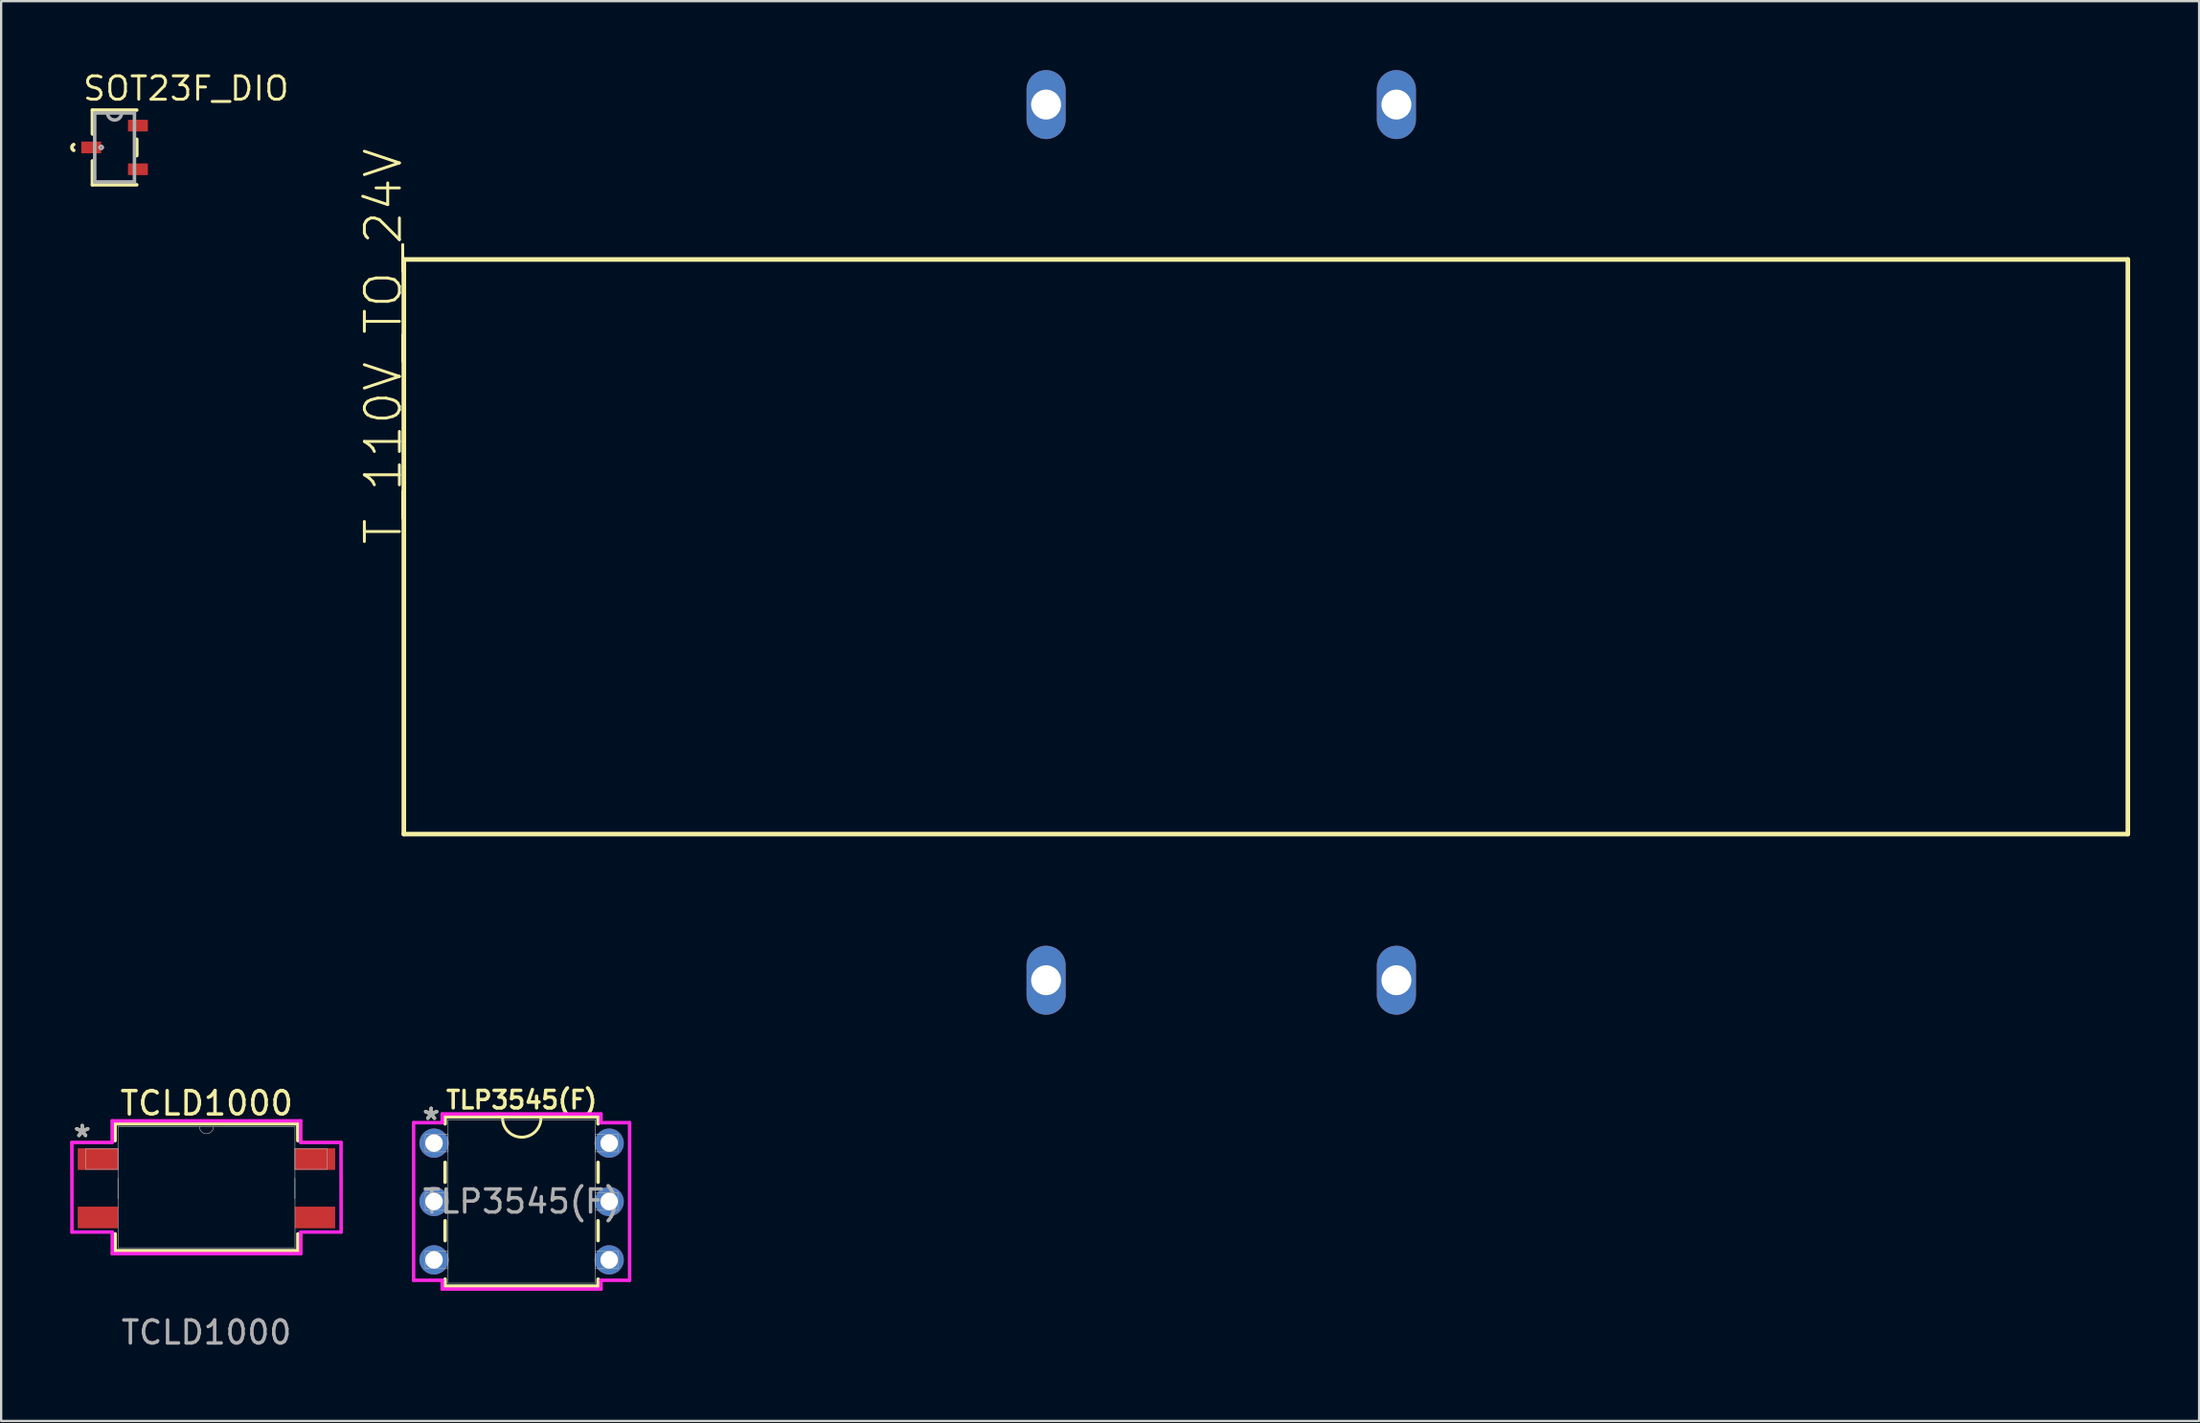
<source format=kicad_pcb>
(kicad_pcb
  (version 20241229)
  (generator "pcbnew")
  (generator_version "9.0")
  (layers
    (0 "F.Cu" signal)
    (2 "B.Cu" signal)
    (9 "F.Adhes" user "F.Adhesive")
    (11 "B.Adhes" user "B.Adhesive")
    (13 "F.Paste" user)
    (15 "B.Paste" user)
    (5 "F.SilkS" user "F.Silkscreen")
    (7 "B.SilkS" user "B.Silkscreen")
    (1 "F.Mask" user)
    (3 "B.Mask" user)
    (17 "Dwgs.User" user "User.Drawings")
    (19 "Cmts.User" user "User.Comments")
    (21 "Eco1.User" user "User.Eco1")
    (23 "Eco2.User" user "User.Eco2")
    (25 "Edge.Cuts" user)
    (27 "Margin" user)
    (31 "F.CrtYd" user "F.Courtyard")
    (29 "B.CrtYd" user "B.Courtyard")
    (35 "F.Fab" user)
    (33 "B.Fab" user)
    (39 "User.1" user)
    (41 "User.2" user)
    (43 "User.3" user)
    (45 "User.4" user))
  (footprint "SOT23F_DIO"
    (layer "F.Cu")
    (at 1.935 3.365)
    (property "Reference" "SOT23F_DIO" (at -1.451 -1.968 0) (layer "F.SilkS") (effects (font (size 1.016 1.016) (thickness 0.127)) (justify left bottom)))
    (attr smd)
    (fp_line (start -0.965 -1.626) (end -0.965 -0.584) (stroke (width 0.152) (type solid)) (layer "F.SilkS"))
    (fp_line (start -0.965 0.584) (end -0.965 1.626) (stroke (width 0.152) (type solid)) (layer "F.SilkS"))
    (fp_line (start -0.965 1.626) (end 0.965 1.626) (stroke (width 0.152) (type solid)) (layer "F.SilkS"))
    (fp_line (start 0.965 -1.626) (end -0.965 -1.626) (stroke (width 0.152) (type solid)) (layer "F.SilkS"))
    (fp_line (start 0.965 0.356) (end 0.965 -0.356) (stroke (width 0.152) (type solid)) (layer "F.SilkS"))
    (fp_arc (start -1.778 0.127) (mid -1.858907 -0.000001) (end -1.777998 -0.127001) (stroke (width 0.1524) (type solid)) (layer "F.SilkS"))
    (fp_line (start -0.864 -1.499) (end -0.864 1.499) (stroke (width 0.152) (type solid)) (layer "F.Fab"))
    (fp_line (start -0.864 1.499) (end 0.864 1.499) (stroke (width 0.152) (type solid)) (layer "F.Fab"))
    (fp_line (start -0.305 -1.499) (end -0.864 -1.499) (stroke (width 0.152) (type solid)) (layer "F.Fab"))
    (fp_line (start 0.305 -1.499) (end -0.305 -1.499) (stroke (width 0.152) (type solid)) (layer "F.Fab"))
    (fp_line (start 0.864 -1.499) (end 0.305 -1.499) (stroke (width 0.152) (type solid)) (layer "F.Fab"))
    (fp_line (start 0.864 1.499) (end 0.864 -1.499) (stroke (width 0.152) (type solid)) (layer "F.Fab"))
    (fp_arc (start -0.6604 0) (mid -0.5842 -0.0762) (end -0.508 0) (stroke (width 0.1) (type solid)) (layer "F.Fab"))
    (fp_arc (start -0.508 0) (mid -0.5842 0.0762) (end -0.6604 0) (stroke (width 0.1) (type solid)) (layer "F.Fab"))
    (fp_arc (start 0.3048 -1.4986) (mid 0 -1.1938) (end -0.3048 -1.4986) (stroke (width 0.1524) (type solid)) (layer "F.Fab"))
    (pad "1" smd rect (at -1.016 0 180) (size 0.864 0.508) (layers "F.Cu" "F.Mask" "F.Paste"))
    (pad "2" smd rect (at 1.016 0.95 180) (size 0.864 0.508) (layers "F.Cu" "F.Mask" "F.Paste"))
    (pad "3" smd rect (at 1.016 -0.95 180) (size 0.864 0.508) (layers "F.Cu" "F.Mask" "F.Paste")))
  (footprint "T_110V_TO_24V"
    (layer "F.Cu")
    (at 14.518 16.74)
    (property "Reference" "T_110V_TO_24V" (at 0 4 90) (layer "F.SilkS") (effects (font (size 1.524 1.524) (thickness 0.127)) (justify left bottom)))
    (attr through_hole)
    (fp_line (start 0 -8.5) (end 0 16.5) (stroke (width 0.2) (type default)) (layer "F.SilkS"))
    (fp_line (start 0 16.5) (end 75 16.5) (stroke (width 0.2) (type default)) (layer "F.SilkS"))
    (fp_line (start 75 -8.5) (end 0 -8.5) (stroke (width 0.2) (type default)) (layer "F.SilkS"))
    (fp_line (start 75 16.5) (end 75 -8.5) (stroke (width 0.2) (type default)) (layer "F.SilkS"))
    (pad "1" thru_hole oval (at 27.94 22.86 90) (size 3 1.7) (drill 1.3) (layers "*.Cu" "*.Mask"))
    (pad "2" thru_hole oval (at 43.18 22.86 90) (size 3 1.7) (drill 1.3) (layers "*.Cu" "*.Mask"))
    (pad "3" thru_hole oval (at 27.94 -15.24 90) (size 3 1.7) (drill 1.3) (layers "*.Cu" "*.Mask"))
    (pad "4" thru_hole oval (at 43.18 -15.24 90) (size 3 1.7) (drill 1.3) (layers "*.Cu" "*.Mask")))
  (footprint "TLP3545(F)"
    (layer "F.Cu")
    (at 15.831 46.688)
    (property "Reference" "TLP3545(F)" (at 3.81 -1.879 0) (unlocked yes) (layer "F.SilkS") (effects (font (size 0.762 0.762) (thickness 0.15))))
    (attr through_hole)
    (fp_line (start 0.483 -1.143) (end 0.483 -0.839) (stroke (width 0.152) (type solid)) (layer "F.SilkS"))
    (fp_line (start 0.483 0.839) (end 0.483 1.701) (stroke (width 0.152) (type solid)) (layer "F.SilkS"))
    (fp_line (start 0.483 3.379) (end 0.483 4.241) (stroke (width 0.152) (type solid)) (layer "F.SilkS"))
    (fp_line (start 0.483 5.919) (end 0.483 6.223) (stroke (width 0.152) (type solid)) (layer "F.SilkS"))
    (fp_line (start 0.483 6.223) (end 7.137 6.223) (stroke (width 0.152) (type solid)) (layer "F.SilkS"))
    (fp_line (start 7.137 -1.143) (end 0.483 -1.143) (stroke (width 0.152) (type solid)) (layer "F.SilkS"))
    (fp_line (start 7.137 -0.839) (end 7.137 -1.143) (stroke (width 0.152) (type solid)) (layer "F.SilkS"))
    (fp_line (start 7.137 1.701) (end 7.137 0.839) (stroke (width 0.152) (type solid)) (layer "F.SilkS"))
    (fp_line (start 7.137 4.241) (end 7.137 3.379) (stroke (width 0.152) (type solid)) (layer "F.SilkS"))
    (fp_line (start 7.137 6.223) (end 7.137 5.919) (stroke (width 0.152) (type solid)) (layer "F.SilkS"))
    (fp_arc (start 4.651637 -1.102468) (mid 3.826262 -0.249142) (end 2.982149 -1.083937) (stroke (width 0.127) (type solid)) (layer "F.SilkS"))
    (fp_line (start -0.889 -0.889) (end 0.356 -0.889) (stroke (width 0.152) (type solid)) (layer "F.CrtYd"))
    (fp_line (start -0.889 5.969) (end -0.889 -0.889) (stroke (width 0.152) (type solid)) (layer "F.CrtYd"))
    (fp_line (start 0.356 -1.27) (end 7.264 -1.27) (stroke (width 0.152) (type solid)) (layer "F.CrtYd"))
    (fp_line (start 0.356 -0.889) (end 0.356 -1.27) (stroke (width 0.152) (type solid)) (layer "F.CrtYd"))
    (fp_line (start 0.356 5.969) (end -0.889 5.969) (stroke (width 0.152) (type solid)) (layer "F.CrtYd"))
    (fp_line (start 0.356 6.35) (end 0.356 5.969) (stroke (width 0.152) (type solid)) (layer "F.CrtYd"))
    (fp_line (start 7.264 -1.27) (end 7.264 -0.889) (stroke (width 0.152) (type solid)) (layer "F.CrtYd"))
    (fp_line (start 7.264 5.969) (end 7.264 6.35) (stroke (width 0.152) (type solid)) (layer "F.CrtYd"))
    (fp_line (start 7.264 6.35) (end 0.356 6.35) (stroke (width 0.152) (type solid)) (layer "F.CrtYd"))
    (fp_line (start 8.509 -0.889) (end 7.264 -0.889) (stroke (width 0.152) (type solid)) (layer "F.CrtYd"))
    (fp_line (start 8.509 -0.889) (end 8.509 5.969) (stroke (width 0.152) (type solid)) (layer "F.CrtYd"))
    (fp_line (start 8.509 5.969) (end 7.264 5.969) (stroke (width 0.152) (type solid)) (layer "F.CrtYd"))
    (fp_line (start -0.381 -0.381) (end -0.381 0.381) (stroke (width 0.025) (type solid)) (layer "F.Fab"))
    (fp_line (start -0.381 0.381) (end 0.61 0.381) (stroke (width 0.025) (type solid)) (layer "F.Fab"))
    (fp_line (start -0.381 2.159) (end -0.381 2.921) (stroke (width 0.025) (type solid)) (layer "F.Fab"))
    (fp_line (start -0.381 2.921) (end 0.61 2.921) (stroke (width 0.025) (type solid)) (layer "F.Fab"))
    (fp_line (start -0.381 4.699) (end -0.381 5.461) (stroke (width 0.025) (type solid)) (layer "F.Fab"))
    (fp_line (start -0.381 5.461) (end 0.61 5.461) (stroke (width 0.025) (type solid)) (layer "F.Fab"))
    (fp_line (start 0.61 -1.016) (end 0.61 6.096) (stroke (width 0.025) (type solid)) (layer "F.Fab"))
    (fp_line (start 0.61 -0.381) (end -0.381 -0.381) (stroke (width 0.025) (type solid)) (layer "F.Fab"))
    (fp_line (start 0.61 0.381) (end 0.61 -0.381) (stroke (width 0.025) (type solid)) (layer "F.Fab"))
    (fp_line (start 0.61 2.159) (end -0.381 2.159) (stroke (width 0.025) (type solid)) (layer "F.Fab"))
    (fp_line (start 0.61 2.921) (end 0.61 2.159) (stroke (width 0.025) (type solid)) (layer "F.Fab"))
    (fp_line (start 0.61 4.699) (end -0.381 4.699) (stroke (width 0.025) (type solid)) (layer "F.Fab"))
    (fp_line (start 0.61 5.461) (end 0.61 4.699) (stroke (width 0.025) (type solid)) (layer "F.Fab"))
    (fp_line (start 0.61 6.096) (end 7.01 6.096) (stroke (width 0.025) (type solid)) (layer "F.Fab"))
    (fp_line (start 7.01 -1.016) (end 0.61 -1.016) (stroke (width 0.025) (type solid)) (layer "F.Fab"))
    (fp_line (start 7.01 -0.381) (end 7.01 0.381) (stroke (width 0.025) (type solid)) (layer "F.Fab"))
    (fp_line (start 7.01 0.381) (end 8.001 0.381) (stroke (width 0.025) (type solid)) (layer "F.Fab"))
    (fp_line (start 7.01 2.159) (end 7.01 2.921) (stroke (width 0.025) (type solid)) (layer "F.Fab"))
    (fp_line (start 7.01 2.921) (end 8.001 2.921) (stroke (width 0.025) (type solid)) (layer "F.Fab"))
    (fp_line (start 7.01 4.699) (end 7.01 5.461) (stroke (width 0.025) (type solid)) (layer "F.Fab"))
    (fp_line (start 7.01 5.461) (end 8.001 5.461) (stroke (width 0.025) (type solid)) (layer "F.Fab"))
    (fp_line (start 7.01 6.096) (end 7.01 -1.016) (stroke (width 0.025) (type solid)) (layer "F.Fab"))
    (fp_line (start 8.001 -0.381) (end 7.01 -0.381) (stroke (width 0.025) (type solid)) (layer "F.Fab"))
    (fp_line (start 8.001 0.381) (end 8.001 -0.381) (stroke (width 0.025) (type solid)) (layer "F.Fab"))
    (fp_line (start 8.001 2.159) (end 7.01 2.159) (stroke (width 0.025) (type solid)) (layer "F.Fab"))
    (fp_line (start 8.001 2.921) (end 8.001 2.159) (stroke (width 0.025) (type solid)) (layer "F.Fab"))
    (fp_line (start 8.001 4.699) (end 7.01 4.699) (stroke (width 0.025) (type solid)) (layer "F.Fab"))
    (fp_line (start 8.001 5.461) (end 8.001 4.699) (stroke (width 0.025) (type solid)) (layer "F.Fab"))
    (fp_text user "*" (at -0.125 -0.968 0) (layer "F.SilkS") (effects (font (size 1 1) (thickness 0.15))))
    (fp_text user "*" (at -0.125 -0.968 0) (layer "F.Fab") (effects (font (size 1 1) (thickness 0.15))))
    (fp_text user "${REFERENCE}" (at 3.81 2.54 0) (unlocked yes) (layer "F.Fab") (effects (font (size 1 1) (thickness 0.15))))
    (pad "1" thru_hole circle (at 0 0) (size 1.27 1.27) (drill 0.762) (layers "*.Cu" "*.Mask"))
    (pad "2" thru_hole circle (at 0 2.54) (size 1.27 1.27) (drill 0.762) (layers "*.Cu" "*.Mask"))
    (pad "3" thru_hole circle (at 0 5.08) (size 1.27 1.27) (drill 0.762) (layers "*.Cu" "*.Mask"))
    (pad "4" thru_hole circle (at 7.62 5.08) (size 1.27 1.27) (drill 0.762) (layers "*.Cu" "*.Mask"))
    (pad "5" thru_hole circle (at 7.62 2.54) (size 1.27 1.27) (drill 0.762) (layers "*.Cu" "*.Mask"))
    (pad "6" thru_hole circle (at 7.62 0) (size 1.27 1.27) (drill 0.762) (layers "*.Cu" "*.Mask")))
  (footprint "TCLD1000"
    (layer "F.Cu")
    (at 5.931 48.018)
    (property "Reference" "TCLD1000" (at 0.009 -3.061 0) (unlocked yes) (layer "F.SilkS") (effects (font (size 1.016 1.016) (thickness 0.15))))
    (attr smd)
    (fp_line (start -3.975 -2.172) (end -3.975 -1.438) (stroke (width 0.152) (type solid)) (layer "F.SilkS"))
    (fp_line (start -3.971 2.619) (end -3.971 3.353) (stroke (width 0.152) (type solid)) (layer "F.SilkS"))
    (fp_line (start -3.971 3.353) (end 3.979 3.353) (stroke (width 0.152) (type solid)) (layer "F.SilkS"))
    (fp_line (start 3.975 -2.172) (end -3.975 -2.172) (stroke (width 0.152) (type solid)) (layer "F.SilkS"))
    (fp_line (start 3.975 -1.438) (end 3.975 -2.172) (stroke (width 0.152) (type solid)) (layer "F.SilkS"))
    (fp_line (start 3.979 3.353) (end 3.979 2.619) (stroke (width 0.152) (type solid)) (layer "F.SilkS"))
    (fp_line (start -5.855 -1.359) (end -4.102 -1.359) (stroke (width 0.152) (type solid)) (layer "F.CrtYd"))
    (fp_line (start -5.851 2.54) (end -5.855 -1.359) (stroke (width 0.152) (type solid)) (layer "F.CrtYd"))
    (fp_line (start -5.851 2.54) (end -4.098 2.54) (stroke (width 0.152) (type solid)) (layer "F.CrtYd"))
    (fp_line (start -4.102 -2.299) (end 4.102 -2.299) (stroke (width 0.152) (type solid)) (layer "F.CrtYd"))
    (fp_line (start -4.102 -1.359) (end -4.102 -2.299) (stroke (width 0.152) (type solid)) (layer "F.CrtYd"))
    (fp_line (start -4.098 3.48) (end -4.098 2.54) (stroke (width 0.152) (type solid)) (layer "F.CrtYd"))
    (fp_line (start 4.102 -2.299) (end 4.102 -1.359) (stroke (width 0.152) (type solid)) (layer "F.CrtYd"))
    (fp_line (start 4.106 2.54) (end 4.106 3.48) (stroke (width 0.152) (type solid)) (layer "F.CrtYd"))
    (fp_line (start 4.106 3.48) (end -4.098 3.48) (stroke (width 0.152) (type solid)) (layer "F.CrtYd"))
    (fp_line (start 5.855 -1.359) (end 4.102 -1.359) (stroke (width 0.152) (type solid)) (layer "F.CrtYd"))
    (fp_line (start 5.855 -1.359) (end 5.859 2.54) (stroke (width 0.152) (type solid)) (layer "F.CrtYd"))
    (fp_line (start 5.859 2.54) (end 4.106 2.54) (stroke (width 0.152) (type solid)) (layer "F.CrtYd"))
    (fp_line (start -5.245 -1.079) (end -5.245 -0.191) (stroke (width 0.025) (type solid)) (layer "F.Fab"))
    (fp_line (start -5.245 -0.191) (end -3.848 -0.191) (stroke (width 0.025) (type solid)) (layer "F.Fab"))
    (fp_line (start -3.848 -2.045) (end -3.844 3.226) (stroke (width 0.025) (type solid)) (layer "F.Fab"))
    (fp_line (start -3.848 -1.079) (end -5.245 -1.079) (stroke (width 0.025) (type solid)) (layer "F.Fab"))
    (fp_line (start -3.848 -0.191) (end -3.848 -1.079) (stroke (width 0.025) (type solid)) (layer "F.Fab"))
    (fp_line (start -3.848 1.079) (end -3.848 0.191) (stroke (width 0.025) (type solid)) (layer "F.Fab"))
    (fp_line (start -3.844 3.226) (end 3.852 3.226) (stroke (width 0.025) (type solid)) (layer "F.Fab"))
    (fp_line (start 3.848 -2.045) (end -3.848 -2.045) (stroke (width 0.025) (type solid)) (layer "F.Fab"))
    (fp_line (start 3.848 -1.079) (end 3.848 -0.191) (stroke (width 0.025) (type solid)) (layer "F.Fab"))
    (fp_line (start 3.848 -0.191) (end 5.245 -0.191) (stroke (width 0.025) (type solid)) (layer "F.Fab"))
    (fp_line (start 3.848 0.191) (end 3.848 1.079) (stroke (width 0.025) (type solid)) (layer "F.Fab"))
    (fp_line (start 3.852 3.226) (end 3.848 -2.045) (stroke (width 0.025) (type solid)) (layer "F.Fab"))
    (fp_line (start 5.245 -1.079) (end 3.848 -1.079) (stroke (width 0.025) (type solid)) (layer "F.Fab"))
    (fp_line (start 5.245 -0.191) (end 5.245 -1.079) (stroke (width 0.025) (type solid)) (layer "F.Fab"))
    (fp_arc (start 0.3048 -2.0447) (mid 0 -1.7399) (end -0.3048 -2.0447) (stroke (width 0.0254) (type solid)) (layer "F.Fab"))
    (fp_text user "*" (at -5.403 -1.549 0) (layer "F.SilkS") (effects (font (size 1 1) (thickness 0.15))))
    (fp_text user "${REFERENCE}" (at 0 6.91 0) (unlocked yes) (layer "F.Fab") (effects (font (size 1 1) (thickness 0.15))))
    (fp_text user "*" (at -5.403 -1.549 0) (layer "F.Fab") (effects (font (size 1 1) (thickness 0.15))))
    (pad "1" smd rect (at -4.724 -0.635) (size 1.753 0.94) (layers "F.Cu" "F.Mask" "F.Paste"))
    (pad "2" smd rect (at -4.724 1.905) (size 1.753 0.94) (layers "F.Cu" "F.Mask" "F.Paste"))
    (pad "3" smd rect (at 4.724 1.905) (size 1.753 0.94) (layers "F.Cu" "F.Mask" "F.Paste"))
    (pad "4" smd rect (at 4.724 -0.635) (size 1.753 0.94) (layers "F.Cu" "F.Mask" "F.Paste")))
  (gr_rect
    (start -3 -3)
    (end 92.618 58.776)
    (stroke (width 0.1) (type default))
    (fill no)
    (layer "Edge.Cuts")))
</source>
